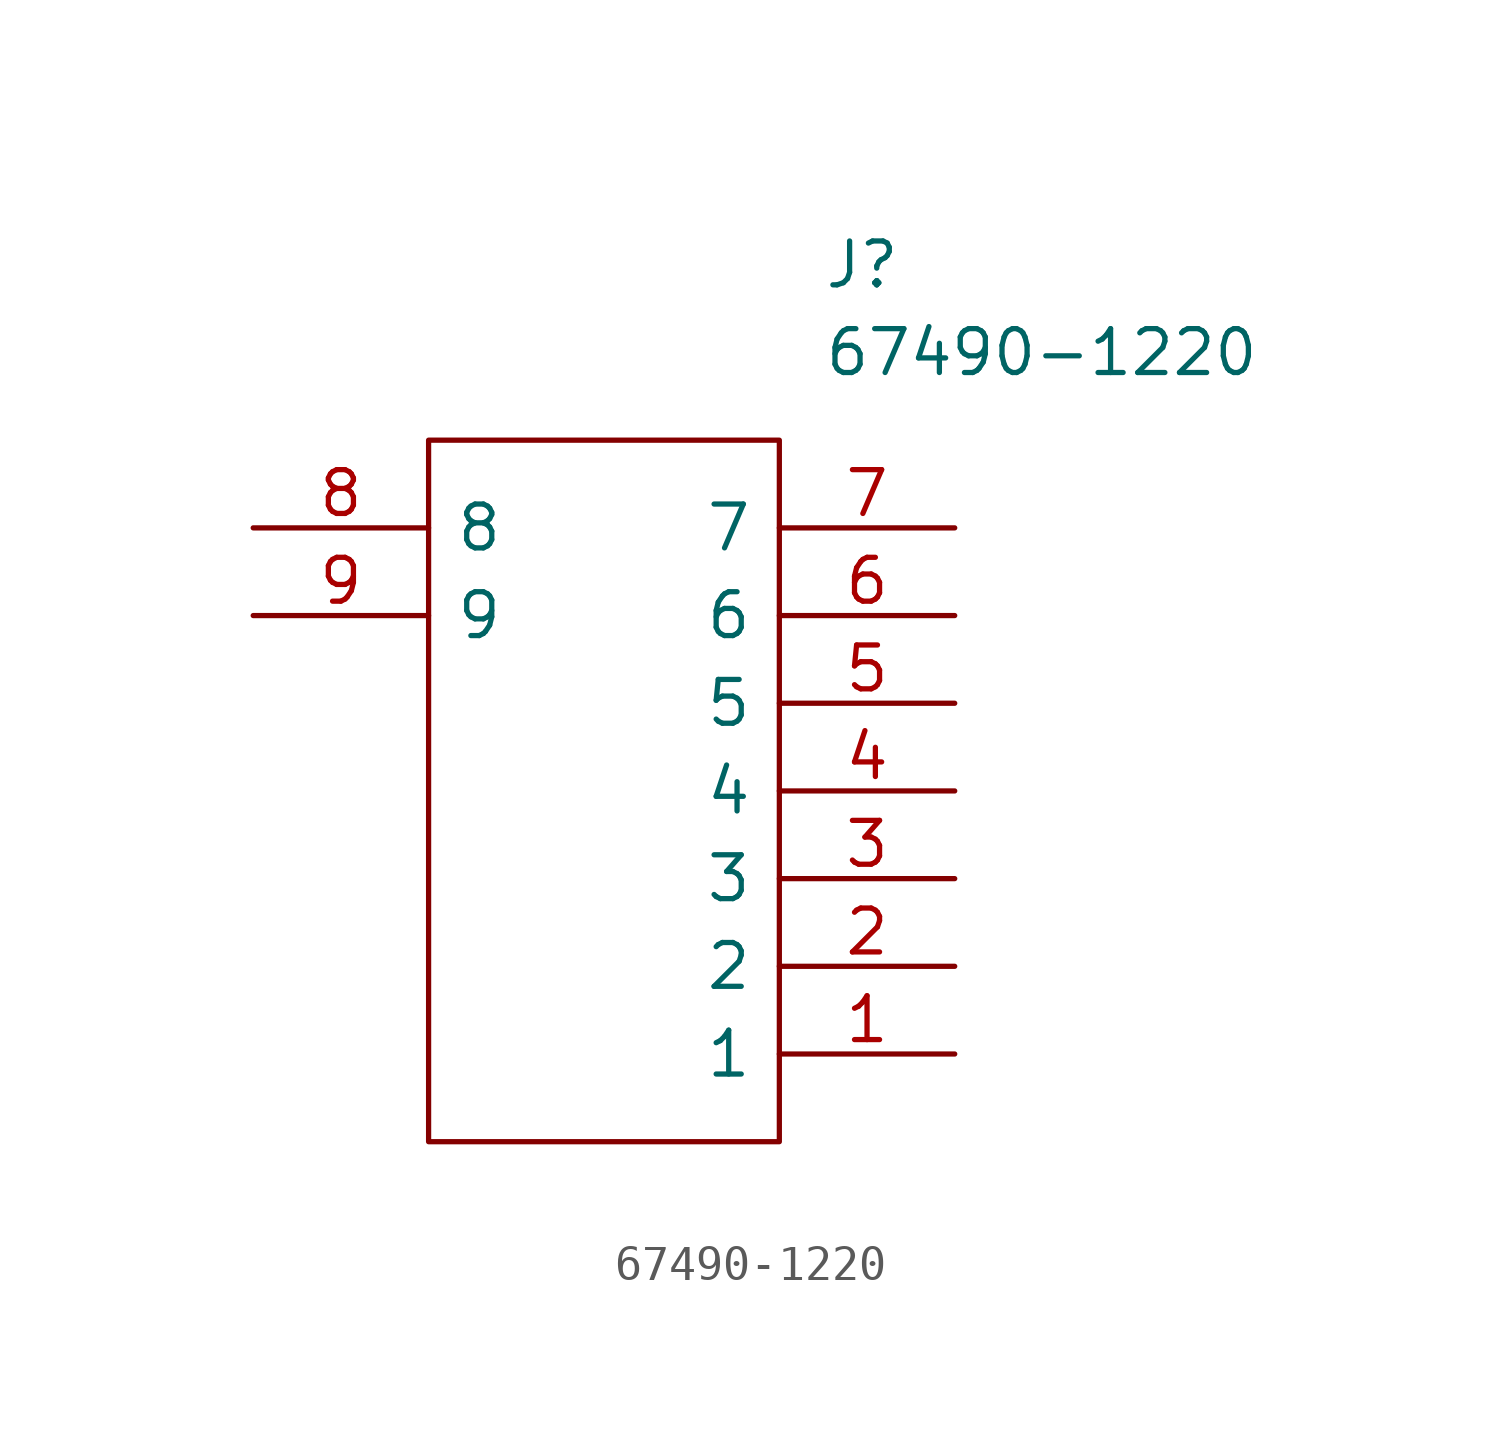
<source format=kicad_sym>
(kicad_symbol_lib
  (version 20211014)
  (generator kicad_symbol_editor)
  (symbol "67490-1220"
    (pin_names
      (offset 0.762))
    (property "Reference" "J"
      (at 16.51 7.62 0)
      (effects (font (size 1.27 1.27)) (justify left)))
    (property "Value" "67490-1220"
      (at 16.51 5.08 0)
      (effects (font (size 1.27 1.27)) (justify left)))
    (symbol "67490-1220_0_0"
      (pin passive line (at 20.32 -15.24 180) (length 5.08) (name "1" (effects (font (size 1.27 1.27)))) (number "1" (effects (font (size 1.27 1.27)))))
      (pin passive line (at 20.32 -12.7 180) (length 5.08) (name "2" (effects (font (size 1.27 1.27)))) (number "2" (effects (font (size 1.27 1.27)))))
      (pin passive line (at 20.32 -10.16 180) (length 5.08) (name "3" (effects (font (size 1.27 1.27)))) (number "3" (effects (font (size 1.27 1.27)))))
      (pin passive line (at 20.32 -7.62 180) (length 5.08) (name "4" (effects (font (size 1.27 1.27)))) (number "4" (effects (font (size 1.27 1.27)))))
      (pin passive line (at 20.32 -5.08 180) (length 5.08) (name "5" (effects (font (size 1.27 1.27)))) (number "5" (effects (font (size 1.27 1.27)))))
      (pin passive line (at 20.32 -2.54 180) (length 5.08) (name "6" (effects (font (size 1.27 1.27)))) (number "6" (effects (font (size 1.27 1.27)))))
      (pin passive line (at 20.32 0 180) (length 5.08) (name "7" (effects (font (size 1.27 1.27)))) (number "7" (effects (font (size 1.27 1.27)))))
      (pin passive line (at 0 0 0) (length 5.08) (name "8" (effects (font (size 1.27 1.27)))) (number "8" (effects (font (size 1.27 1.27)))))
      (pin passive line (at 0 -2.54 0) (length 5.08) (name "9" (effects (font (size 1.27 1.27)))) (number "9" (effects (font (size 1.27 1.27))))))
    (symbol "67490-1220_0_1"
      (polyline (pts (xy 5.08 2.54) (xy 15.24 2.54) (xy 15.24 -17.78) (xy 5.08 -17.78) (xy 5.08 2.54)) (stroke (width 0.152) (type default) (color 0 0 0 0)) (fill (type none))))))
</source>
